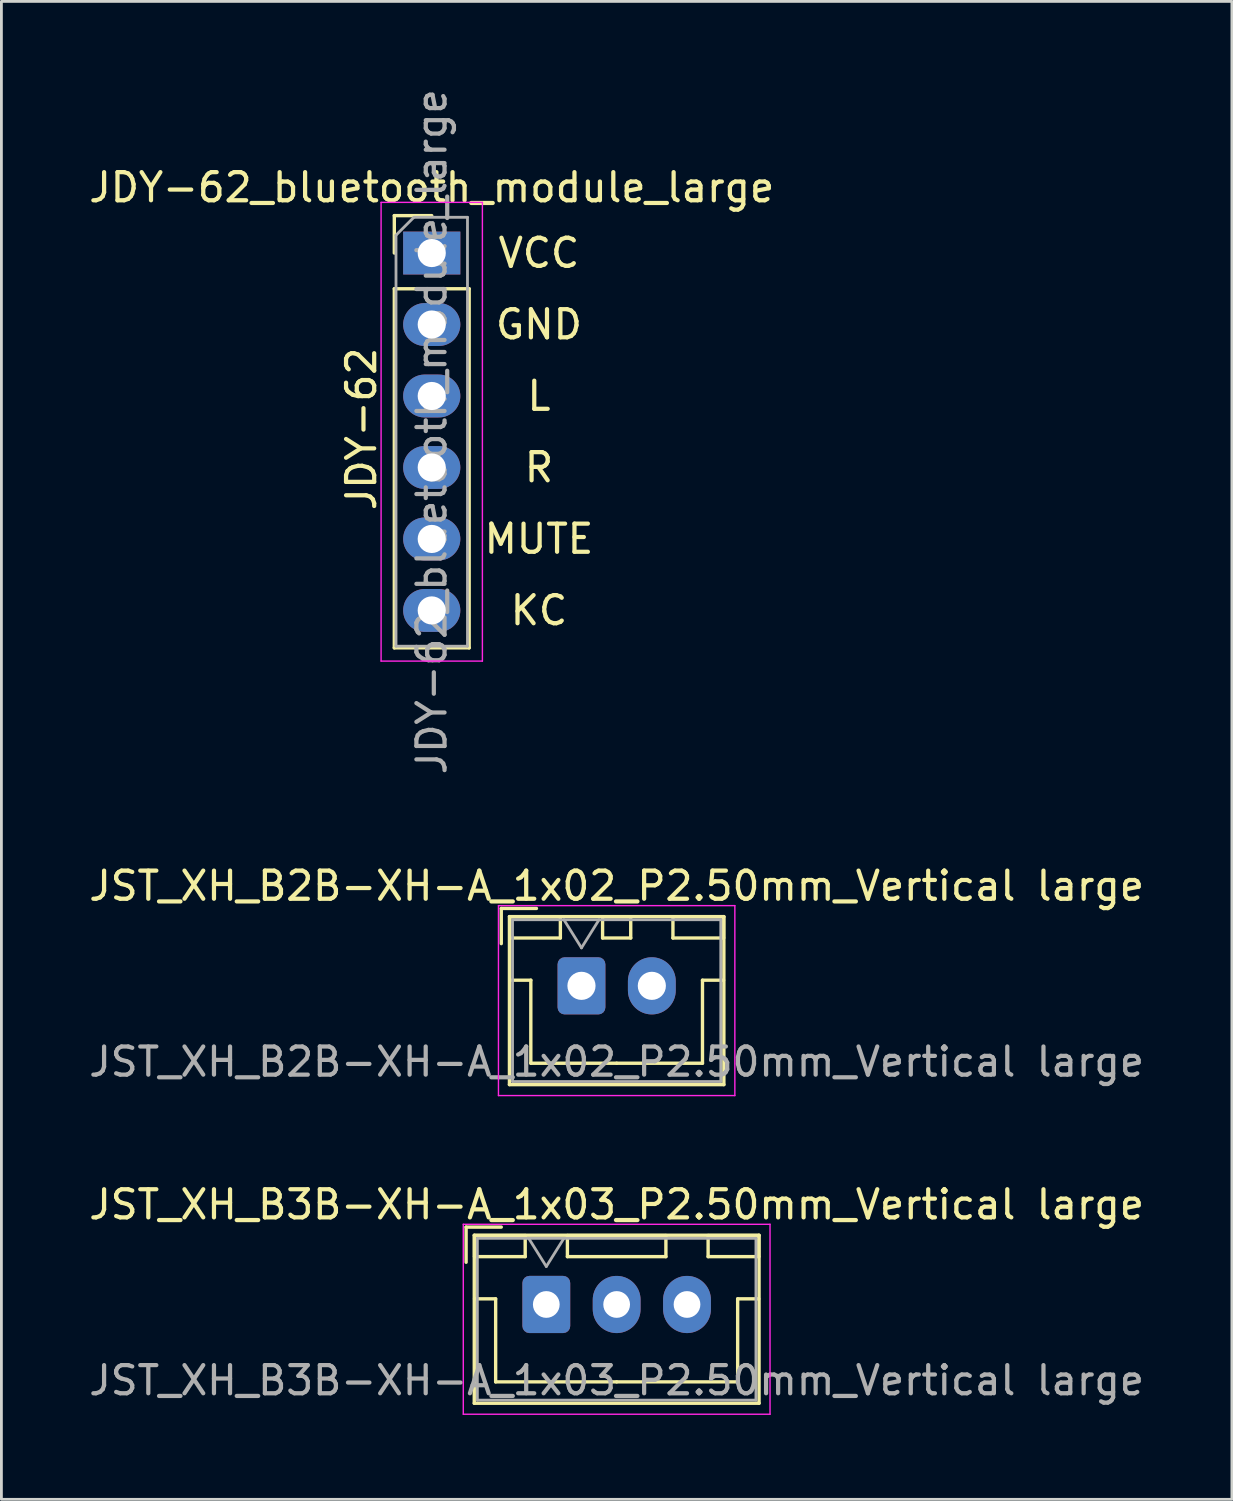
<source format=kicad_pcb>
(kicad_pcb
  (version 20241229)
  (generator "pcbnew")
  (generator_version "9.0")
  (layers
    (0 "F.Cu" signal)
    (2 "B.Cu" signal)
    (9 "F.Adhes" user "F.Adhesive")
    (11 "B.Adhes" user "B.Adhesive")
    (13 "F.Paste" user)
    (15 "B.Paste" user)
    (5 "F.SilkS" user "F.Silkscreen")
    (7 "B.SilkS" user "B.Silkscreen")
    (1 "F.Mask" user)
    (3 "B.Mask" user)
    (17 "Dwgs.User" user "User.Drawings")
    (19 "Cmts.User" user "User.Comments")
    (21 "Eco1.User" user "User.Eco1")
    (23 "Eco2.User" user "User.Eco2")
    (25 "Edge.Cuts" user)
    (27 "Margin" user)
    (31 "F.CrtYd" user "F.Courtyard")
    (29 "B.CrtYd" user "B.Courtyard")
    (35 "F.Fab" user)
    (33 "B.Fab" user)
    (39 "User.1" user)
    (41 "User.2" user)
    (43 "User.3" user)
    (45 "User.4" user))
  (footprint "JST_XH_B3B-XH-A_1x03_P2.50mm_Vertical large"
    (layer "F.Cu")
    (at 16.363 43.305)
    (property "Reference" "JST_XH_B3B-XH-A_1x03_P2.50mm_Vertical large" (at 2.5 -3.55 0) (layer "F.SilkS") (effects (font (size 1 1) (thickness 0.15))))
    (attr through_hole)
    (fp_line (start -2.85 -2.75) (end -2.85 -1.5) (stroke (width 0.12) (type solid)) (layer "F.SilkS"))
    (fp_line (start -2.56 -2.46) (end -2.56 3.51) (stroke (width 0.12) (type solid)) (layer "F.SilkS"))
    (fp_line (start -2.56 3.51) (end 7.56 3.51) (stroke (width 0.12) (type solid)) (layer "F.SilkS"))
    (fp_line (start -2.55 -2.45) (end -2.55 -1.7) (stroke (width 0.12) (type solid)) (layer "F.SilkS"))
    (fp_line (start -2.55 -1.7) (end -0.75 -1.7) (stroke (width 0.12) (type solid)) (layer "F.SilkS"))
    (fp_line (start -2.55 -0.2) (end -1.8 -0.2) (stroke (width 0.12) (type solid)) (layer "F.SilkS"))
    (fp_line (start -1.8 -0.2) (end -1.8 2.75) (stroke (width 0.12) (type solid)) (layer "F.SilkS"))
    (fp_line (start -1.8 2.75) (end 2.5 2.75) (stroke (width 0.12) (type solid)) (layer "F.SilkS"))
    (fp_line (start -1.6 -2.75) (end -2.85 -2.75) (stroke (width 0.12) (type solid)) (layer "F.SilkS"))
    (fp_line (start -0.75 -2.45) (end -2.55 -2.45) (stroke (width 0.12) (type solid)) (layer "F.SilkS"))
    (fp_line (start -0.75 -1.7) (end -0.75 -2.45) (stroke (width 0.12) (type solid)) (layer "F.SilkS"))
    (fp_line (start 0.75 -2.45) (end 0.75 -1.7) (stroke (width 0.12) (type solid)) (layer "F.SilkS"))
    (fp_line (start 0.75 -1.7) (end 4.25 -1.7) (stroke (width 0.12) (type solid)) (layer "F.SilkS"))
    (fp_line (start 4.25 -2.45) (end 0.75 -2.45) (stroke (width 0.12) (type solid)) (layer "F.SilkS"))
    (fp_line (start 4.25 -1.7) (end 4.25 -2.45) (stroke (width 0.12) (type solid)) (layer "F.SilkS"))
    (fp_line (start 5.75 -2.45) (end 5.75 -1.7) (stroke (width 0.12) (type solid)) (layer "F.SilkS"))
    (fp_line (start 5.75 -1.7) (end 7.55 -1.7) (stroke (width 0.12) (type solid)) (layer "F.SilkS"))
    (fp_line (start 6.8 -0.2) (end 6.8 2.75) (stroke (width 0.12) (type solid)) (layer "F.SilkS"))
    (fp_line (start 6.8 2.75) (end 2.5 2.75) (stroke (width 0.12) (type solid)) (layer "F.SilkS"))
    (fp_line (start 7.55 -2.45) (end 5.75 -2.45) (stroke (width 0.12) (type solid)) (layer "F.SilkS"))
    (fp_line (start 7.55 -1.7) (end 7.55 -2.45) (stroke (width 0.12) (type solid)) (layer "F.SilkS"))
    (fp_line (start 7.55 -0.2) (end 6.8 -0.2) (stroke (width 0.12) (type solid)) (layer "F.SilkS"))
    (fp_line (start 7.56 -2.46) (end -2.56 -2.46) (stroke (width 0.12) (type solid)) (layer "F.SilkS"))
    (fp_line (start 7.56 3.51) (end 7.56 -2.46) (stroke (width 0.12) (type solid)) (layer "F.SilkS"))
    (fp_line (start -2.95 -2.85) (end -2.95 3.9) (stroke (width 0.05) (type solid)) (layer "F.CrtYd"))
    (fp_line (start -2.95 3.9) (end 7.95 3.9) (stroke (width 0.05) (type solid)) (layer "F.CrtYd"))
    (fp_line (start 7.95 -2.85) (end -2.95 -2.85) (stroke (width 0.05) (type solid)) (layer "F.CrtYd"))
    (fp_line (start 7.95 3.9) (end 7.95 -2.85) (stroke (width 0.05) (type solid)) (layer "F.CrtYd"))
    (fp_line (start -2.45 -2.35) (end -2.45 3.4) (stroke (width 0.1) (type solid)) (layer "F.Fab"))
    (fp_line (start -2.45 3.4) (end 7.45 3.4) (stroke (width 0.1) (type solid)) (layer "F.Fab"))
    (fp_line (start -0.625 -2.35) (end 0 -1.35) (stroke (width 0.1) (type solid)) (layer "F.Fab"))
    (fp_line (start 0 -1.35) (end 0.625 -2.35) (stroke (width 0.1) (type solid)) (layer "F.Fab"))
    (fp_line (start 7.45 -2.35) (end -2.45 -2.35) (stroke (width 0.1) (type solid)) (layer "F.Fab"))
    (fp_line (start 7.45 3.4) (end 7.45 -2.35) (stroke (width 0.1) (type solid)) (layer "F.Fab"))
    (fp_text user "${REFERENCE}" (at 2.5 2.7 0) (layer "F.Fab") (effects (font (size 1 1) (thickness 0.15))))
    (pad "1" thru_hole roundrect (at 0 0) (size 1.7 2.032) (drill 0.95) (layers "*.Cu" "*.Mask") (roundrect_rratio 0.147))
    (pad "2" thru_hole oval (at 2.5 0) (size 1.7 2.032) (drill 0.95) (layers "*.Cu" "*.Mask"))
    (pad "3" thru_hole oval (at 5 0) (size 1.7 2.032) (drill 0.95) (layers "*.Cu" "*.Mask")))
  (footprint "JST_XH_B2B-XH-A_1x02_P2.50mm_Vertical large"
    (layer "F.Cu")
    (at 17.613 31.982)
    (property "Reference" "JST_XH_B2B-XH-A_1x02_P2.50mm_Vertical large" (at 1.25 -3.55 0) (layer "F.SilkS") (effects (font (size 1 1) (thickness 0.15))))
    (attr through_hole)
    (fp_line (start -2.85 -2.75) (end -2.85 -1.5) (stroke (width 0.12) (type solid)) (layer "F.SilkS"))
    (fp_line (start -2.56 -2.46) (end -2.56 3.51) (stroke (width 0.12) (type solid)) (layer "F.SilkS"))
    (fp_line (start -2.56 3.51) (end 5.06 3.51) (stroke (width 0.12) (type solid)) (layer "F.SilkS"))
    (fp_line (start -2.55 -2.45) (end -2.55 -1.7) (stroke (width 0.12) (type solid)) (layer "F.SilkS"))
    (fp_line (start -2.55 -1.7) (end -0.75 -1.7) (stroke (width 0.12) (type solid)) (layer "F.SilkS"))
    (fp_line (start -2.55 -0.2) (end -1.8 -0.2) (stroke (width 0.12) (type solid)) (layer "F.SilkS"))
    (fp_line (start -1.8 -0.2) (end -1.8 2.75) (stroke (width 0.12) (type solid)) (layer "F.SilkS"))
    (fp_line (start -1.8 2.75) (end 1.25 2.75) (stroke (width 0.12) (type solid)) (layer "F.SilkS"))
    (fp_line (start -1.6 -2.75) (end -2.85 -2.75) (stroke (width 0.12) (type solid)) (layer "F.SilkS"))
    (fp_line (start -0.75 -2.45) (end -2.55 -2.45) (stroke (width 0.12) (type solid)) (layer "F.SilkS"))
    (fp_line (start -0.75 -1.7) (end -0.75 -2.45) (stroke (width 0.12) (type solid)) (layer "F.SilkS"))
    (fp_line (start 0.75 -2.45) (end 0.75 -1.7) (stroke (width 0.12) (type solid)) (layer "F.SilkS"))
    (fp_line (start 0.75 -1.7) (end 1.75 -1.7) (stroke (width 0.12) (type solid)) (layer "F.SilkS"))
    (fp_line (start 1.75 -2.45) (end 0.75 -2.45) (stroke (width 0.12) (type solid)) (layer "F.SilkS"))
    (fp_line (start 1.75 -1.7) (end 1.75 -2.45) (stroke (width 0.12) (type solid)) (layer "F.SilkS"))
    (fp_line (start 3.25 -2.45) (end 3.25 -1.7) (stroke (width 0.12) (type solid)) (layer "F.SilkS"))
    (fp_line (start 3.25 -1.7) (end 5.05 -1.7) (stroke (width 0.12) (type solid)) (layer "F.SilkS"))
    (fp_line (start 4.3 -0.2) (end 4.3 2.75) (stroke (width 0.12) (type solid)) (layer "F.SilkS"))
    (fp_line (start 4.3 2.75) (end 1.25 2.75) (stroke (width 0.12) (type solid)) (layer "F.SilkS"))
    (fp_line (start 5.05 -2.45) (end 3.25 -2.45) (stroke (width 0.12) (type solid)) (layer "F.SilkS"))
    (fp_line (start 5.05 -1.7) (end 5.05 -2.45) (stroke (width 0.12) (type solid)) (layer "F.SilkS"))
    (fp_line (start 5.05 -0.2) (end 4.3 -0.2) (stroke (width 0.12) (type solid)) (layer "F.SilkS"))
    (fp_line (start 5.06 -2.46) (end -2.56 -2.46) (stroke (width 0.12) (type solid)) (layer "F.SilkS"))
    (fp_line (start 5.06 3.51) (end 5.06 -2.46) (stroke (width 0.12) (type solid)) (layer "F.SilkS"))
    (fp_line (start -2.95 -2.85) (end -2.95 3.9) (stroke (width 0.05) (type solid)) (layer "F.CrtYd"))
    (fp_line (start -2.95 3.9) (end 5.45 3.9) (stroke (width 0.05) (type solid)) (layer "F.CrtYd"))
    (fp_line (start 5.45 -2.85) (end -2.95 -2.85) (stroke (width 0.05) (type solid)) (layer "F.CrtYd"))
    (fp_line (start 5.45 3.9) (end 5.45 -2.85) (stroke (width 0.05) (type solid)) (layer "F.CrtYd"))
    (fp_line (start -2.45 -2.35) (end -2.45 3.4) (stroke (width 0.1) (type solid)) (layer "F.Fab"))
    (fp_line (start -2.45 3.4) (end 4.95 3.4) (stroke (width 0.1) (type solid)) (layer "F.Fab"))
    (fp_line (start -0.625 -2.35) (end 0 -1.35) (stroke (width 0.1) (type solid)) (layer "F.Fab"))
    (fp_line (start 0 -1.35) (end 0.625 -2.35) (stroke (width 0.1) (type solid)) (layer "F.Fab"))
    (fp_line (start 4.95 -2.35) (end -2.45 -2.35) (stroke (width 0.1) (type solid)) (layer "F.Fab"))
    (fp_line (start 4.95 3.4) (end 4.95 -2.35) (stroke (width 0.1) (type solid)) (layer "F.Fab"))
    (fp_text user "${REFERENCE}" (at 1.25 2.7 0) (layer "F.Fab") (effects (font (size 1 1) (thickness 0.15))))
    (pad "1" thru_hole roundrect (at 0 0) (size 1.7 2.032) (drill 1) (layers "*.Cu" "*.Mask") (roundrect_rratio 0.147))
    (pad "2" thru_hole oval (at 2.5 0) (size 1.7 2.032) (drill 1) (layers "*.Cu" "*.Mask")))
  (footprint "JDY-62_bluetooth_module_large"
    (layer "F.Cu")
    (at 12.292 5.942)
    (property "Reference" "JDY-62_bluetooth_module_large" (at 0 -2.33 0) (layer "F.SilkS") (effects (font (size 1 1) (thickness 0.15))))
    (attr through_hole)
    (fp_line (start -1.33 -1.33) (end 0 -1.33) (stroke (width 0.12) (type solid)) (layer "F.SilkS"))
    (fp_line (start -1.33 0) (end -1.33 -1.33) (stroke (width 0.12) (type solid)) (layer "F.SilkS"))
    (fp_line (start -1.33 1.27) (end -1.33 14.03) (stroke (width 0.12) (type solid)) (layer "F.SilkS"))
    (fp_line (start -1.33 1.27) (end 1.33 1.27) (stroke (width 0.12) (type solid)) (layer "F.SilkS"))
    (fp_line (start -1.33 14.03) (end 1.33 14.03) (stroke (width 0.12) (type solid)) (layer "F.SilkS"))
    (fp_line (start 1.33 1.27) (end 1.33 14.03) (stroke (width 0.12) (type solid)) (layer "F.SilkS"))
    (fp_line (start -1.8 -1.8) (end -1.8 14.5) (stroke (width 0.05) (type solid)) (layer "F.CrtYd"))
    (fp_line (start -1.8 14.5) (end 1.8 14.5) (stroke (width 0.05) (type solid)) (layer "F.CrtYd"))
    (fp_line (start 1.8 -1.8) (end -1.8 -1.8) (stroke (width 0.05) (type solid)) (layer "F.CrtYd"))
    (fp_line (start 1.8 14.5) (end 1.8 -1.8) (stroke (width 0.05) (type solid)) (layer "F.CrtYd"))
    (fp_line (start -1.27 -0.635) (end -0.635 -1.27) (stroke (width 0.1) (type solid)) (layer "F.Fab"))
    (fp_line (start -1.27 13.97) (end -1.27 -0.635) (stroke (width 0.1) (type solid)) (layer "F.Fab"))
    (fp_line (start -0.635 -1.27) (end 1.27 -1.27) (stroke (width 0.1) (type solid)) (layer "F.Fab"))
    (fp_line (start 1.27 -1.27) (end 1.27 13.97) (stroke (width 0.1) (type solid)) (layer "F.Fab"))
    (fp_line (start 1.27 13.97) (end -1.27 13.97) (stroke (width 0.1) (type solid)) (layer "F.Fab"))
    (fp_text user "L" (at 3.81 5.08 0) (layer "F.SilkS") (effects (font (size 1 1) (thickness 0.15))))
    (fp_text user "MUTE" (at 3.81 10.16 0) (layer "F.SilkS") (effects (font (size 1 1) (thickness 0.15))))
    (fp_text user "GND" (at 3.81 2.54 0) (layer "F.SilkS") (effects (font (size 1 1) (thickness 0.15))))
    (fp_text user "R" (at 3.81 7.62 0) (layer "F.SilkS") (effects (font (size 1 1) (thickness 0.15))))
    (fp_text user "JDY-62" (at -2.5 6.25 90) (layer "F.SilkS") (effects (font (size 1 1) (thickness 0.15))))
    (fp_text user "VCC" (at 3.81 0 0) (layer "F.SilkS") (effects (font (size 1 1) (thickness 0.15))))
    (fp_text user "KC" (at 3.81 12.7 0) (layer "F.SilkS") (effects (font (size 1 1) (thickness 0.15))))
    (fp_text user "${REFERENCE}" (at 0 6.35 90) (layer "F.Fab") (effects (font (size 1 1) (thickness 0.15))))
    (pad "1" thru_hole rect (at 0 0) (size 2.032 1.524) (drill 1) (layers "*.Cu" "*.Mask"))
    (pad "2" thru_hole oval (at 0 2.54) (size 2.032 1.524) (drill 1) (layers "*.Cu" "*.Mask"))
    (pad "3" thru_hole oval (at 0 5.08) (size 2.032 1.524) (drill 1) (layers "*.Cu" "*.Mask"))
    (pad "4" thru_hole oval (at 0 7.62) (size 2.032 1.524) (drill 1) (layers "*.Cu" "*.Mask"))
    (pad "5" thru_hole oval (at 0 10.16) (size 2.032 1.524) (drill 1) (layers "*.Cu" "*.Mask"))
    (pad "6" thru_hole oval (at 0 12.7) (size 2.032 1.524) (drill 1) (layers "*.Cu" "*.Mask")))
  (gr_rect
    (start -3 -3)
    (end 40.726 50.23)
    (stroke (width 0.1) (type default))
    (fill no)
    (layer "Edge.Cuts")))
</source>
